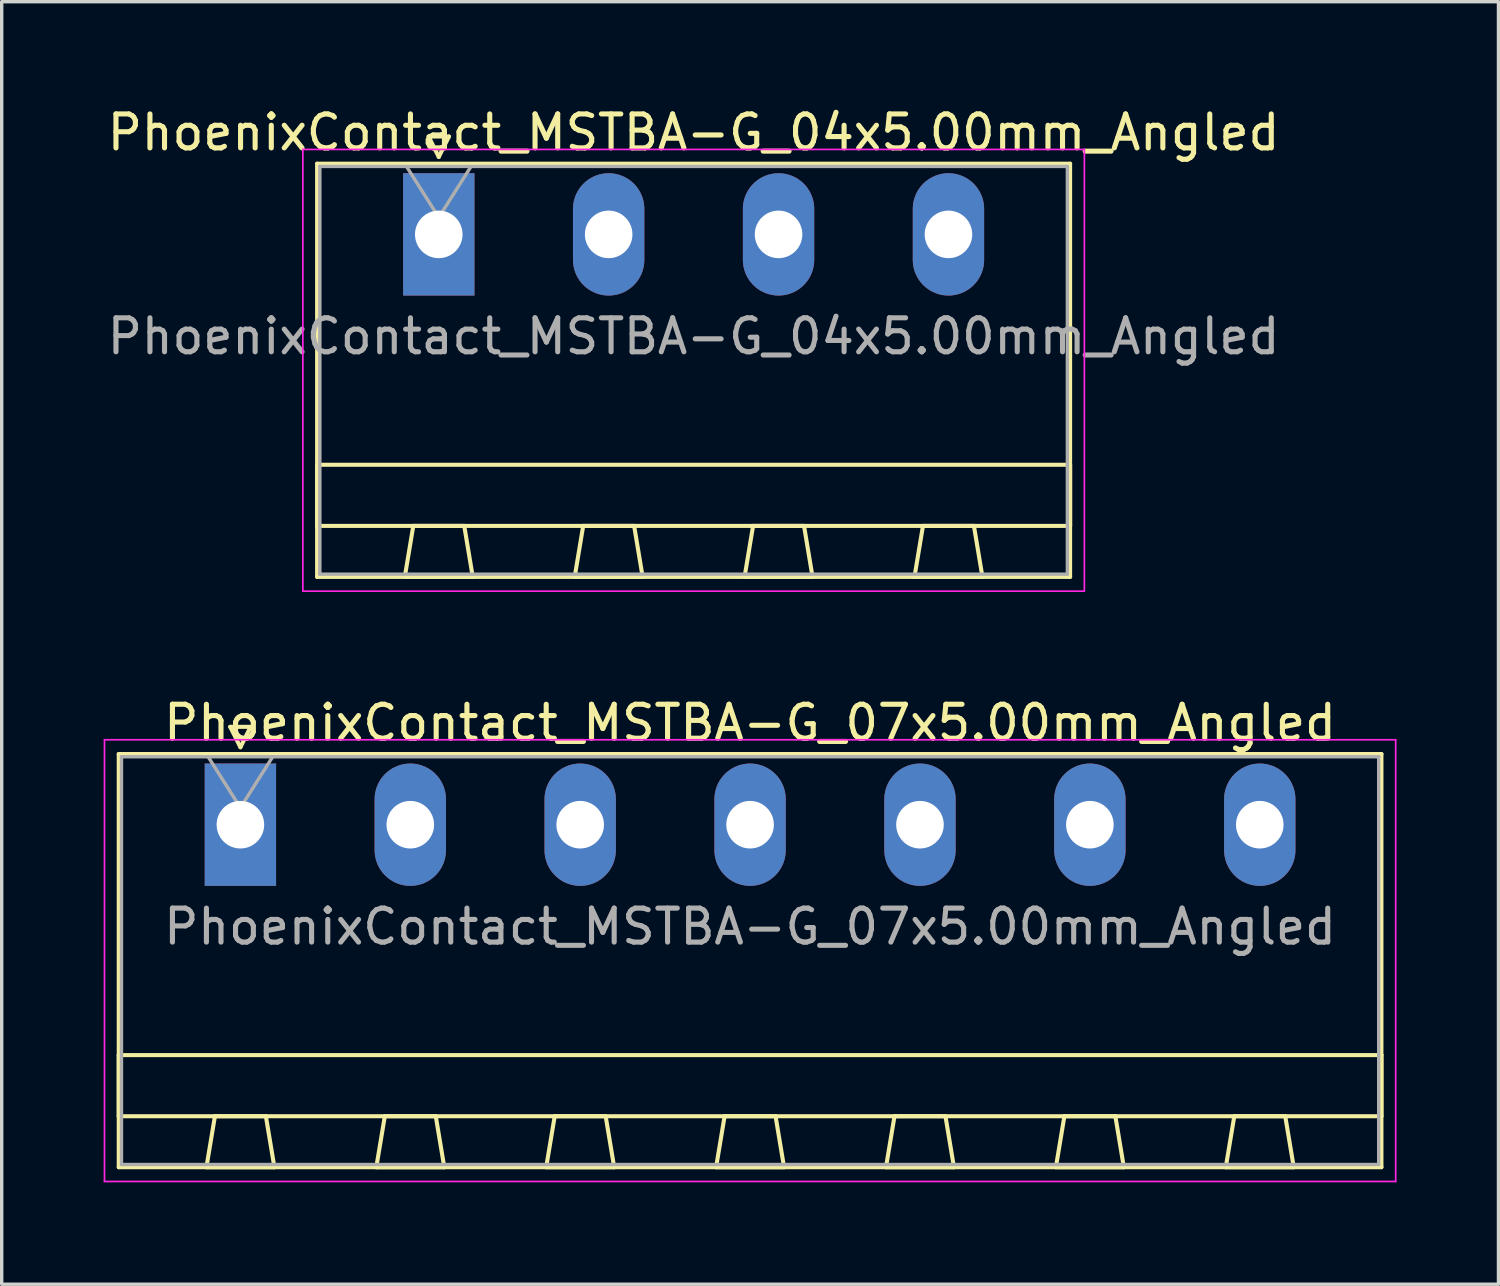
<source format=kicad_pcb>
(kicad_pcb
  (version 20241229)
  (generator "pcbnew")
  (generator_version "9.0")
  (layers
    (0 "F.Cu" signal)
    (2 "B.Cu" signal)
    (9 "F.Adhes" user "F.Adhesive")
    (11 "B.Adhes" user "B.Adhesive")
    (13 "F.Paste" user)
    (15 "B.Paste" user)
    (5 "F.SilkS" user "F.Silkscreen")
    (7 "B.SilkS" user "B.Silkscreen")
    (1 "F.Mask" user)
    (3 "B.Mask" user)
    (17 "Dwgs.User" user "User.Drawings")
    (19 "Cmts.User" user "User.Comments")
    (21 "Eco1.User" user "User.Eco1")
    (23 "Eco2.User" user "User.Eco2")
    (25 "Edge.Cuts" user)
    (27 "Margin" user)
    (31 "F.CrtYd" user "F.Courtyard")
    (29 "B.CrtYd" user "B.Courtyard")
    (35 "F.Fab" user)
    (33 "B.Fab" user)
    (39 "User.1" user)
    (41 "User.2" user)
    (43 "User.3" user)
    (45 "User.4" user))
  (footprint "PhoenixContact_MSTBA-G_07x5.00mm_Angled"
    (layer "F.Cu")
    (at 4.025 21.221)
    (property "Reference" "PhoenixContact_MSTBA-G_07x5.00mm_Angled" (at 15 -3 0) (layer "F.SilkS") (effects (font (size 1 1) (thickness 0.15))))
    (attr through_hole)
    (fp_line (start -3.58 -2.08) (end -3.58 10.08) (stroke (width 0.12) (type solid)) (layer "F.SilkS"))
    (fp_line (start -3.58 6.78) (end 33.58 6.78) (stroke (width 0.12) (type solid)) (layer "F.SilkS"))
    (fp_line (start -3.58 8.58) (end -3.58 6.78) (stroke (width 0.12) (type solid)) (layer "F.SilkS"))
    (fp_line (start -3.58 10.08) (end 33.58 10.08) (stroke (width 0.12) (type solid)) (layer "F.SilkS"))
    (fp_line (start -1 10.08) (end 1 10.08) (stroke (width 0.12) (type solid)) (layer "F.SilkS"))
    (fp_line (start -0.75 8.58) (end -1 10.08) (stroke (width 0.12) (type solid)) (layer "F.SilkS"))
    (fp_line (start -0.3 -2.88) (end 0.3 -2.88) (stroke (width 0.12) (type solid)) (layer "F.SilkS"))
    (fp_line (start 0 -2.28) (end -0.3 -2.88) (stroke (width 0.12) (type solid)) (layer "F.SilkS"))
    (fp_line (start 0.3 -2.88) (end 0 -2.28) (stroke (width 0.12) (type solid)) (layer "F.SilkS"))
    (fp_line (start 0.75 8.58) (end -0.75 8.58) (stroke (width 0.12) (type solid)) (layer "F.SilkS"))
    (fp_line (start 1 10.08) (end 0.75 8.58) (stroke (width 0.12) (type solid)) (layer "F.SilkS"))
    (fp_line (start 4 10.08) (end 6 10.08) (stroke (width 0.12) (type solid)) (layer "F.SilkS"))
    (fp_line (start 4.25 8.58) (end 4 10.08) (stroke (width 0.12) (type solid)) (layer "F.SilkS"))
    (fp_line (start 5.75 8.58) (end 4.25 8.58) (stroke (width 0.12) (type solid)) (layer "F.SilkS"))
    (fp_line (start 6 10.08) (end 5.75 8.58) (stroke (width 0.12) (type solid)) (layer "F.SilkS"))
    (fp_line (start 9 10.08) (end 11 10.08) (stroke (width 0.12) (type solid)) (layer "F.SilkS"))
    (fp_line (start 9.25 8.58) (end 9 10.08) (stroke (width 0.12) (type solid)) (layer "F.SilkS"))
    (fp_line (start 10.75 8.58) (end 9.25 8.58) (stroke (width 0.12) (type solid)) (layer "F.SilkS"))
    (fp_line (start 11 10.08) (end 10.75 8.58) (stroke (width 0.12) (type solid)) (layer "F.SilkS"))
    (fp_line (start 14 10.08) (end 16 10.08) (stroke (width 0.12) (type solid)) (layer "F.SilkS"))
    (fp_line (start 14.25 8.58) (end 14 10.08) (stroke (width 0.12) (type solid)) (layer "F.SilkS"))
    (fp_line (start 15.75 8.58) (end 14.25 8.58) (stroke (width 0.12) (type solid)) (layer "F.SilkS"))
    (fp_line (start 16 10.08) (end 15.75 8.58) (stroke (width 0.12) (type solid)) (layer "F.SilkS"))
    (fp_line (start 19 10.08) (end 21 10.08) (stroke (width 0.12) (type solid)) (layer "F.SilkS"))
    (fp_line (start 19.25 8.58) (end 19 10.08) (stroke (width 0.12) (type solid)) (layer "F.SilkS"))
    (fp_line (start 20.75 8.58) (end 19.25 8.58) (stroke (width 0.12) (type solid)) (layer "F.SilkS"))
    (fp_line (start 21 10.08) (end 20.75 8.58) (stroke (width 0.12) (type solid)) (layer "F.SilkS"))
    (fp_line (start 24 10.08) (end 26 10.08) (stroke (width 0.12) (type solid)) (layer "F.SilkS"))
    (fp_line (start 24.25 8.58) (end 24 10.08) (stroke (width 0.12) (type solid)) (layer "F.SilkS"))
    (fp_line (start 25.75 8.58) (end 24.25 8.58) (stroke (width 0.12) (type solid)) (layer "F.SilkS"))
    (fp_line (start 26 10.08) (end 25.75 8.58) (stroke (width 0.12) (type solid)) (layer "F.SilkS"))
    (fp_line (start 29 10.08) (end 31 10.08) (stroke (width 0.12) (type solid)) (layer "F.SilkS"))
    (fp_line (start 29.25 8.58) (end 29 10.08) (stroke (width 0.12) (type solid)) (layer "F.SilkS"))
    (fp_line (start 30.75 8.58) (end 29.25 8.58) (stroke (width 0.12) (type solid)) (layer "F.SilkS"))
    (fp_line (start 31 10.08) (end 30.75 8.58) (stroke (width 0.12) (type solid)) (layer "F.SilkS"))
    (fp_line (start 33.58 -2.08) (end -3.58 -2.08) (stroke (width 0.12) (type solid)) (layer "F.SilkS"))
    (fp_line (start 33.58 6.78) (end 33.58 8.58) (stroke (width 0.12) (type solid)) (layer "F.SilkS"))
    (fp_line (start 33.58 8.58) (end -3.58 8.58) (stroke (width 0.12) (type solid)) (layer "F.SilkS"))
    (fp_line (start 33.58 10.08) (end 33.58 -2.08) (stroke (width 0.12) (type solid)) (layer "F.SilkS"))
    (fp_line (start -4 -2.5) (end -4 10.5) (stroke (width 0.05) (type solid)) (layer "F.CrtYd"))
    (fp_line (start -4 10.5) (end 34 10.5) (stroke (width 0.05) (type solid)) (layer "F.CrtYd"))
    (fp_line (start 34 -2.5) (end -4 -2.5) (stroke (width 0.05) (type solid)) (layer "F.CrtYd"))
    (fp_line (start 34 10.5) (end 34 -2.5) (stroke (width 0.05) (type solid)) (layer "F.CrtYd"))
    (fp_line (start -3.5 -2) (end -3.5 10) (stroke (width 0.1) (type solid)) (layer "F.Fab"))
    (fp_line (start -3.5 10) (end 33.5 10) (stroke (width 0.1) (type solid)) (layer "F.Fab"))
    (fp_line (start 0 -0.5) (end -0.95 -2) (stroke (width 0.1) (type solid)) (layer "F.Fab"))
    (fp_line (start 0.95 -2) (end 0 -0.5) (stroke (width 0.1) (type solid)) (layer "F.Fab"))
    (fp_line (start 33.5 -2) (end -3.5 -2) (stroke (width 0.1) (type solid)) (layer "F.Fab"))
    (fp_line (start 33.5 10) (end 33.5 -2) (stroke (width 0.1) (type solid)) (layer "F.Fab"))
    (fp_text user "${REFERENCE}" (at 15 3 0) (layer "F.Fab") (effects (font (size 1 1) (thickness 0.15))))
    (pad "1" thru_hole rect (at 0 0) (size 2.1 3.6) (drill 1.4) (layers "*.Cu" "*.Mask"))
    (pad "2" thru_hole oval (at 5 0) (size 2.1 3.6) (drill 1.4) (layers "*.Cu" "*.Mask"))
    (pad "3" thru_hole oval (at 10 0) (size 2.1 3.6) (drill 1.4) (layers "*.Cu" "*.Mask"))
    (pad "4" thru_hole oval (at 15 0) (size 2.1 3.6) (drill 1.4) (layers "*.Cu" "*.Mask"))
    (pad "5" thru_hole oval (at 20 0) (size 2.1 3.6) (drill 1.4) (layers "*.Cu" "*.Mask"))
    (pad "6" thru_hole oval (at 25 0) (size 2.1 3.6) (drill 1.4) (layers "*.Cu" "*.Mask"))
    (pad "7" thru_hole oval (at 30 0) (size 2.1 3.6) (drill 1.4) (layers "*.Cu" "*.Mask")))
  (footprint "PhoenixContact_MSTBA-G_04x5.00mm_Angled"
    (layer "F.Cu")
    (at 9.863 3.848)
    (property "Reference" "PhoenixContact_MSTBA-G_04x5.00mm_Angled" (at 7.5 -3 0) (layer "F.SilkS") (effects (font (size 1 1) (thickness 0.15))))
    (attr through_hole)
    (fp_line (start -3.58 -2.08) (end -3.58 10.08) (stroke (width 0.12) (type solid)) (layer "F.SilkS"))
    (fp_line (start -3.58 6.78) (end 18.58 6.78) (stroke (width 0.12) (type solid)) (layer "F.SilkS"))
    (fp_line (start -3.58 8.58) (end -3.58 6.78) (stroke (width 0.12) (type solid)) (layer "F.SilkS"))
    (fp_line (start -3.58 10.08) (end 18.58 10.08) (stroke (width 0.12) (type solid)) (layer "F.SilkS"))
    (fp_line (start -1 10.08) (end 1 10.08) (stroke (width 0.12) (type solid)) (layer "F.SilkS"))
    (fp_line (start -0.75 8.58) (end -1 10.08) (stroke (width 0.12) (type solid)) (layer "F.SilkS"))
    (fp_line (start -0.3 -2.88) (end 0.3 -2.88) (stroke (width 0.12) (type solid)) (layer "F.SilkS"))
    (fp_line (start 0 -2.28) (end -0.3 -2.88) (stroke (width 0.12) (type solid)) (layer "F.SilkS"))
    (fp_line (start 0.3 -2.88) (end 0 -2.28) (stroke (width 0.12) (type solid)) (layer "F.SilkS"))
    (fp_line (start 0.75 8.58) (end -0.75 8.58) (stroke (width 0.12) (type solid)) (layer "F.SilkS"))
    (fp_line (start 1 10.08) (end 0.75 8.58) (stroke (width 0.12) (type solid)) (layer "F.SilkS"))
    (fp_line (start 4 10.08) (end 6 10.08) (stroke (width 0.12) (type solid)) (layer "F.SilkS"))
    (fp_line (start 4.25 8.58) (end 4 10.08) (stroke (width 0.12) (type solid)) (layer "F.SilkS"))
    (fp_line (start 5.75 8.58) (end 4.25 8.58) (stroke (width 0.12) (type solid)) (layer "F.SilkS"))
    (fp_line (start 6 10.08) (end 5.75 8.58) (stroke (width 0.12) (type solid)) (layer "F.SilkS"))
    (fp_line (start 9 10.08) (end 11 10.08) (stroke (width 0.12) (type solid)) (layer "F.SilkS"))
    (fp_line (start 9.25 8.58) (end 9 10.08) (stroke (width 0.12) (type solid)) (layer "F.SilkS"))
    (fp_line (start 10.75 8.58) (end 9.25 8.58) (stroke (width 0.12) (type solid)) (layer "F.SilkS"))
    (fp_line (start 11 10.08) (end 10.75 8.58) (stroke (width 0.12) (type solid)) (layer "F.SilkS"))
    (fp_line (start 14 10.08) (end 16 10.08) (stroke (width 0.12) (type solid)) (layer "F.SilkS"))
    (fp_line (start 14.25 8.58) (end 14 10.08) (stroke (width 0.12) (type solid)) (layer "F.SilkS"))
    (fp_line (start 15.75 8.58) (end 14.25 8.58) (stroke (width 0.12) (type solid)) (layer "F.SilkS"))
    (fp_line (start 16 10.08) (end 15.75 8.58) (stroke (width 0.12) (type solid)) (layer "F.SilkS"))
    (fp_line (start 18.58 -2.08) (end -3.58 -2.08) (stroke (width 0.12) (type solid)) (layer "F.SilkS"))
    (fp_line (start 18.58 6.78) (end 18.58 8.58) (stroke (width 0.12) (type solid)) (layer "F.SilkS"))
    (fp_line (start 18.58 8.58) (end -3.58 8.58) (stroke (width 0.12) (type solid)) (layer "F.SilkS"))
    (fp_line (start 18.58 10.08) (end 18.58 -2.08) (stroke (width 0.12) (type solid)) (layer "F.SilkS"))
    (fp_line (start -4 -2.5) (end -4 10.5) (stroke (width 0.05) (type solid)) (layer "F.CrtYd"))
    (fp_line (start -4 10.5) (end 19 10.5) (stroke (width 0.05) (type solid)) (layer "F.CrtYd"))
    (fp_line (start 19 -2.5) (end -4 -2.5) (stroke (width 0.05) (type solid)) (layer "F.CrtYd"))
    (fp_line (start 19 10.5) (end 19 -2.5) (stroke (width 0.05) (type solid)) (layer "F.CrtYd"))
    (fp_line (start -3.5 -2) (end -3.5 10) (stroke (width 0.1) (type solid)) (layer "F.Fab"))
    (fp_line (start -3.5 10) (end 18.5 10) (stroke (width 0.1) (type solid)) (layer "F.Fab"))
    (fp_line (start 0 -0.5) (end -0.95 -2) (stroke (width 0.1) (type solid)) (layer "F.Fab"))
    (fp_line (start 0.95 -2) (end 0 -0.5) (stroke (width 0.1) (type solid)) (layer "F.Fab"))
    (fp_line (start 18.5 -2) (end -3.5 -2) (stroke (width 0.1) (type solid)) (layer "F.Fab"))
    (fp_line (start 18.5 10) (end 18.5 -2) (stroke (width 0.1) (type solid)) (layer "F.Fab"))
    (fp_text user "${REFERENCE}" (at 7.5 3 0) (layer "F.Fab") (effects (font (size 1 1) (thickness 0.15))))
    (pad "1" thru_hole rect (at 0 0) (size 2.1 3.6) (drill 1.4) (layers "*.Cu" "*.Mask"))
    (pad "2" thru_hole oval (at 5 0) (size 2.1 3.6) (drill 1.4) (layers "*.Cu" "*.Mask"))
    (pad "3" thru_hole oval (at 10 0) (size 2.1 3.6) (drill 1.4) (layers "*.Cu" "*.Mask"))
    (pad "4" thru_hole oval (at 15 0) (size 2.1 3.6) (drill 1.4) (layers "*.Cu" "*.Mask")))
  (gr_rect
    (start -3 -3)
    (end 41.05 34.746)
    (stroke (width 0.1) (type default))
    (fill no)
    (layer "Edge.Cuts")))
</source>
